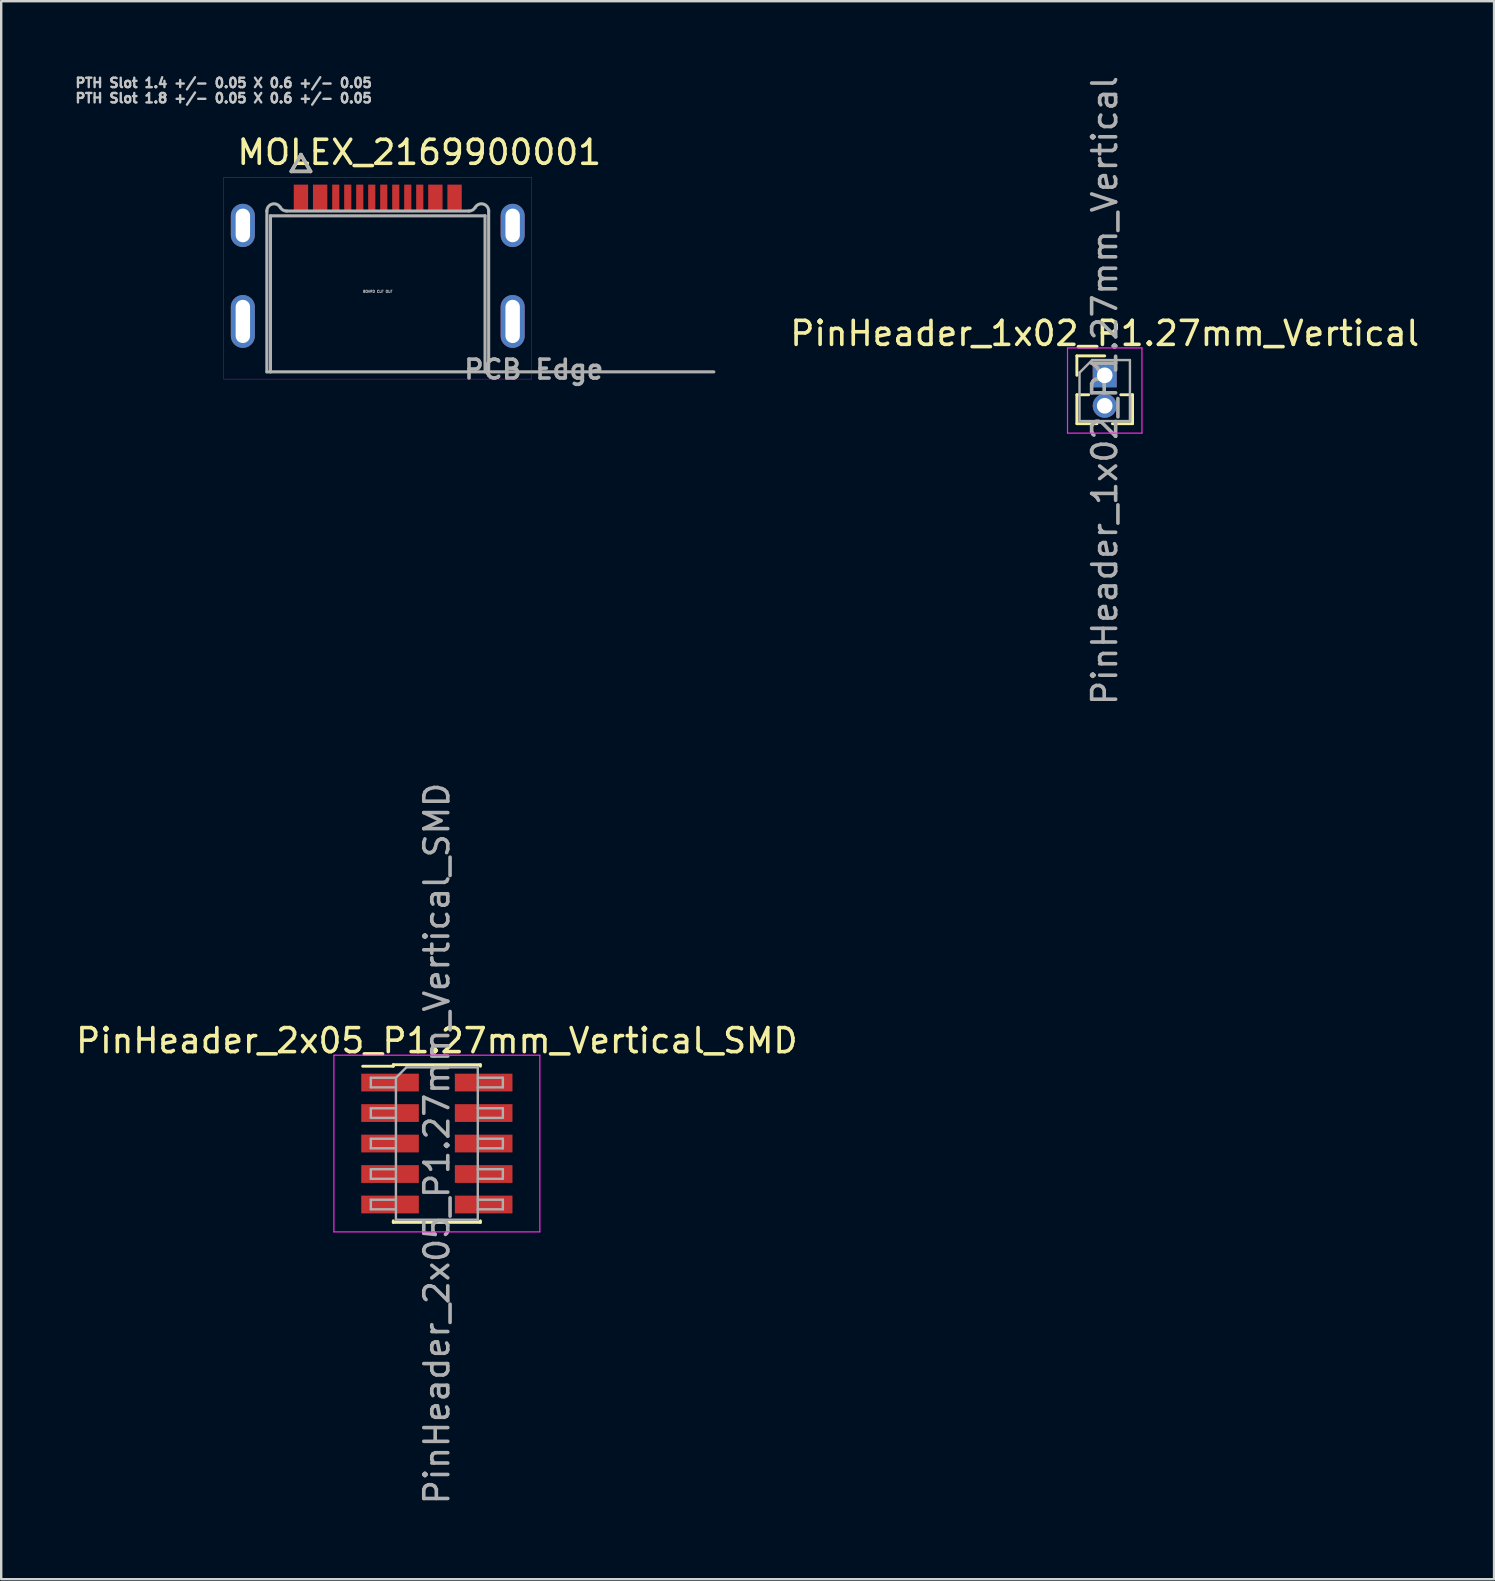
<source format=kicad_pcb>
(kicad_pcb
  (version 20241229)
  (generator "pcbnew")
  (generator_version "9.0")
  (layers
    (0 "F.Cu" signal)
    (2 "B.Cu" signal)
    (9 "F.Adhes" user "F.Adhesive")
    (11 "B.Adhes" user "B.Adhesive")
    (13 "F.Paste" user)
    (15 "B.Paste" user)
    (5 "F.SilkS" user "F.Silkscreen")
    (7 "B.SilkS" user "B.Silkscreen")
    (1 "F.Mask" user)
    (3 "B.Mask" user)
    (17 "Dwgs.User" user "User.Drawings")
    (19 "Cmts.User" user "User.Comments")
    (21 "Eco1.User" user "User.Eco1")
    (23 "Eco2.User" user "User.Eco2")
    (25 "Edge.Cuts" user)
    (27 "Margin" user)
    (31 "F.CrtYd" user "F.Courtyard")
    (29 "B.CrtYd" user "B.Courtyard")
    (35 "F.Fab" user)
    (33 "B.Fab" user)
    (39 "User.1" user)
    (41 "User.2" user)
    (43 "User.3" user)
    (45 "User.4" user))
  (footprint "MOLEX_2169900001"
    (layer "F.Cu")
    (at 12.687 12.441)
    (property "Reference" "MOLEX_2169900001" (at 1.73 -9.145 180) (layer "F.SilkS") (effects (font (size 1 1) (thickness 0.15))))
    (attr smd)
    (fp_poly (pts (xy -3.562 -7.864) (xy -2.837 -7.864) (xy -2.837 -6.636) (xy -3.562 -6.636)) (stroke (width 0.01) (type solid)) (fill yes) (layer "F.Mask"))
    (fp_poly (pts (xy -2.763 -7.864) (xy -2.037 -7.864) (xy -2.038 -6.637) (xy -2.763 -6.636)) (stroke (width 0.01) (type solid)) (fill yes) (layer "F.Mask"))
    (fp_poly (pts (xy -1.963 -7.863) (xy -1.538 -7.864) (xy -1.538 -6.637) (xy -1.963 -6.636)) (stroke (width 0.01) (type solid)) (fill yes) (layer "F.Mask"))
    (fp_poly (pts (xy -1.462 -7.864) (xy -1.037 -7.864) (xy -1.038 -6.637) (xy -1.462 -6.636)) (stroke (width 0.01) (type solid)) (fill yes) (layer "F.Mask"))
    (fp_poly (pts (xy -0.963 -7.863) (xy -0.538 -7.863) (xy -0.537 -6.637) (xy -0.963 -6.636)) (stroke (width 0.01) (type solid)) (fill yes) (layer "F.Mask"))
    (fp_poly (pts (xy -0.463 -7.864) (xy -0.037 -7.864) (xy -0.038 -6.637) (xy -0.462 -6.636)) (stroke (width 0.01) (type solid)) (fill yes) (layer "F.Mask"))
    (fp_poly (pts (xy 0.037 -7.863) (xy 0.463 -7.863) (xy 0.463 -6.636) (xy 0.037 -6.636)) (stroke (width 0.01) (type solid)) (fill yes) (layer "F.Mask"))
    (fp_poly (pts (xy 0.537 -7.864) (xy 0.963 -7.864) (xy 0.963 -6.637) (xy 0.538 -6.637)) (stroke (width 0.01) (type solid)) (fill yes) (layer "F.Mask"))
    (fp_poly (pts (xy 1.037 -7.864) (xy 1.462 -7.864) (xy 1.462 -6.636) (xy 1.038 -6.637)) (stroke (width 0.01) (type solid)) (fill yes) (layer "F.Mask"))
    (fp_poly (pts (xy 1.538 -7.863) (xy 1.963 -7.864) (xy 1.963 -6.636) (xy 1.538 -6.636)) (stroke (width 0.01) (type solid)) (fill yes) (layer "F.Mask"))
    (fp_poly (pts (xy 2.037 -7.864) (xy 2.762 -7.864) (xy 2.763 -6.636) (xy 2.038 -6.637)) (stroke (width 0.01) (type solid)) (fill yes) (layer "F.Mask"))
    (fp_poly (pts (xy 2.837 -7.864) (xy 3.562 -7.864) (xy 3.562 -6.636) (xy 2.837 -6.636)) (stroke (width 0.01) (type solid)) (fill yes) (layer "F.Mask"))
    (fp_line (start -3.6 -8.35) (end -2.8 -8.35) (stroke (width 0.15) (type solid)) (layer "F.SilkS"))
    (fp_line (start -3.2 -9.05) (end -3.6 -8.35) (stroke (width 0.15) (type solid)) (layer "F.SilkS"))
    (fp_line (start -2.8 -8.35) (end -3.2 -9.05) (stroke (width 0.15) (type solid)) (layer "F.SilkS"))
    (fp_line (start -4.62 0) (end -4.62 -6.7) (stroke (width 0.01) (type solid)) (layer "Edge.Cuts"))
    (fp_line (start -3.8 -6.7) (end 3.8 -6.7) (stroke (width 0.01) (type solid)) (layer "Edge.Cuts"))
    (fp_line (start 4.62 0) (end -4.62 0) (stroke (width 0.01) (type solid)) (layer "Edge.Cuts"))
    (fp_line (start 4.62 -6.7) (end 4.62 0) (stroke (width 0.01) (type solid)) (layer "Edge.Cuts"))
    (fp_arc (start -4.62 -6.700004) (mid -4.397644 -6.989779) (end -4.06019 -6.850002) (stroke (width 0.01) (type solid)) (layer "Edge.Cuts"))
    (fp_arc (start -3.80038 -6.699997) (mid -3.950382 -6.740188) (end -4.06019 -6.849997) (stroke (width 0.01) (type solid)) (layer "Edge.Cuts"))
    (fp_arc (start 4.06019 -6.85) (mid 3.950383 -6.740193) (end 3.800383 -6.700002) (stroke (width 0.01) (type solid)) (layer "Edge.Cuts"))
    (fp_arc (start 4.060191 -6.850003) (mid 4.397647 -6.989779) (end 4.620002 -6.699998) (stroke (width 0.01) (type solid)) (layer "Edge.Cuts"))
    (fp_line (start -6.42 -8.1) (end -6.42 0.3) (stroke (width 0.01) (type solid)) (layer "F.CrtYd"))
    (fp_line (start -6.42 0.3) (end 6.42 0.3) (stroke (width 0.01) (type solid)) (layer "F.CrtYd"))
    (fp_line (start 6.42 -8.1) (end -6.42 -8.1) (stroke (width 0.01) (type solid)) (layer "F.CrtYd"))
    (fp_line (start 6.42 0.3) (end 6.42 -8.1) (stroke (width 0.01) (type solid)) (layer "F.CrtYd"))
    (fp_line (start -4.62 0) (end -4.62 -6.7) (stroke (width 0.13) (type solid)) (layer "F.Fab"))
    (fp_line (start -4.62 0) (end -4.47 0) (stroke (width 0.13) (type solid)) (layer "F.Fab"))
    (fp_line (start -4.47 0) (end -4.47 -6.5) (stroke (width 0.13) (type solid)) (layer "F.Fab"))
    (fp_line (start -4.47 0) (end 4.47 0) (stroke (width 0.13) (type solid)) (layer "F.Fab"))
    (fp_line (start -4.47 -6.5) (end 4.47 -6.5) (stroke (width 0.13) (type solid)) (layer "F.Fab"))
    (fp_line (start -3.8 -6.7) (end 3.8 -6.7) (stroke (width 0.13) (type solid)) (layer "F.Fab"))
    (fp_line (start -3.6 -8.35) (end -2.8 -8.35) (stroke (width 0.13) (type solid)) (layer "F.Fab"))
    (fp_line (start -3.2 -9.05) (end -3.6 -8.35) (stroke (width 0.13) (type solid)) (layer "F.Fab"))
    (fp_line (start -2.8 -8.35) (end -3.2 -9.05) (stroke (width 0.13) (type solid)) (layer "F.Fab"))
    (fp_line (start 4.47 -6.5) (end 4.47 0) (stroke (width 0.13) (type solid)) (layer "F.Fab"))
    (fp_line (start 4.47 0) (end 4.62 0) (stroke (width 0.13) (type solid)) (layer "F.Fab"))
    (fp_line (start 4.62 0) (end 14 0) (stroke (width 0.13) (type solid)) (layer "F.Fab"))
    (fp_line (start 4.62 -6.7) (end 4.62 0) (stroke (width 0.13) (type solid)) (layer "F.Fab"))
    (fp_arc (start -4.62 -6.700004) (mid -4.397644 -6.989779) (end -4.06019 -6.850002) (stroke (width 0.13) (type solid)) (layer "F.Fab"))
    (fp_arc (start -3.80038 -6.699997) (mid -3.950382 -6.740188) (end -4.06019 -6.849997) (stroke (width 0.13) (type solid)) (layer "F.Fab"))
    (fp_arc (start 4.06019 -6.85) (mid 3.950383 -6.740193) (end 3.800383 -6.700002) (stroke (width 0.13) (type solid)) (layer "F.Fab"))
    (fp_arc (start 4.060191 -6.850003) (mid 4.397647 -6.989779) (end 4.620002 -6.699998) (stroke (width 0.13) (type solid)) (layer "F.Fab"))
    (fp_text user "PTH Slot 1.4 +/- 0.05 X 0.6 +/- 0.05" (at -6.42 -12.038 180) (layer "Dwgs.User") (effects (font (size 0.394 0.394) (thickness 0.15))))
    (fp_text user "PTH Slot 1.8 +/- 0.05 X 0.6 +/- 0.05" (at -6.42 -11.402 180) (layer "Dwgs.User") (effects (font (size 0.394 0.394) (thickness 0.15))))
    (fp_text user "PCB Edge" (at 6.5 -0.1 180) (layer "F.Fab") (effects (font (size 0.787 0.787) (thickness 0.15))))
    (fp_text user "BOARD CUT OUT" (at 0.000002 -3.35 180) (layer "F.Fab") (effects (font (size 0.102 0.102) (thickness 0.15))))
    (pad "A1_B12" smd rect (at -3.2 -7.25) (size 0.598 1.1) (layers "F.Cu" "F.Paste"))
    (pad "A4_B9" smd rect (at -2.4 -7.25) (size 0.598 1.1) (layers "F.Cu" "F.Paste"))
    (pad "A5" smd rect (at -1.25 -7.25) (size 0.298 1.1) (layers "F.Cu" "F.Paste"))
    (pad "A6" smd rect (at -0.25 -7.25) (size 0.298 1.1) (layers "F.Cu" "F.Paste"))
    (pad "A7" smd rect (at 0.25 -7.25) (size 0.298 1.1) (layers "F.Cu" "F.Paste"))
    (pad "A8" smd rect (at 1.25 -7.25) (size 0.298 1.1) (layers "F.Cu" "F.Paste"))
    (pad "B1_A12" smd rect (at 3.2 -7.25) (size 0.598 1.1) (layers "F.Cu" "F.Paste"))
    (pad "B4_A9" smd rect (at 2.4 -7.25) (size 0.598 1.1) (layers "F.Cu" "F.Paste"))
    (pad "B5" smd rect (at 1.75 -7.25) (size 0.298 1.1) (layers "F.Cu" "F.Paste"))
    (pad "B6" smd rect (at 0.75 -7.25) (size 0.298 1.1) (layers "F.Cu" "F.Paste"))
    (pad "B7" smd rect (at -0.75 -7.25) (size 0.298 1.1) (layers "F.Cu" "F.Paste"))
    (pad "B8" smd rect (at -1.75 -7.25) (size 0.298 1.1) (layers "F.Cu" "F.Paste"))
    (pad "SH1" thru_hole oval (at -5.62 -2.1) (size 1 2.2) (drill oval 0.6 1.8) (layers "*.Cu" "*.Mask"))
    (pad "SH2" thru_hole oval (at 5.62 -2.1) (size 1 2.2) (drill oval 0.6 1.8) (layers "*.Cu" "*.Mask"))
    (pad "SH3" thru_hole oval (at -5.62 -6.1) (size 1 1.8) (drill oval 0.6 1.4) (layers "*.Cu" "*.Mask"))
    (pad "SH4" thru_hole oval (at 5.62 -6.1) (size 1 1.8) (drill oval 0.6 1.4) (layers "*.Cu" "*.Mask")))
  (footprint "PinHeader_1x02_P1.27mm_Vertical"
    (layer "F.Cu")
    (at 42.972 12.585)
    (property "Reference" "PinHeader_1x02_P1.27mm_Vertical" (at 0 -1.745 180) (layer "F.SilkS") (effects (font (size 1 1) (thickness 0.15))))
    (attr through_hole)
    (fp_line (start -1.16 2.015) (end -0.318 2.015) (stroke (width 0.12) (type solid)) (layer "F.SilkS"))
    (fp_line (start -1.16 0.81) (end -1.16 2.015) (stroke (width 0.12) (type solid)) (layer "F.SilkS"))
    (fp_line (start -1.16 0.81) (end -0.667 0.81) (stroke (width 0.12) (type solid)) (layer "F.SilkS"))
    (fp_line (start -1.16 0) (end -1.16 -0.81) (stroke (width 0.12) (type solid)) (layer "F.SilkS"))
    (fp_line (start -1.16 -0.81) (end 0 -0.81) (stroke (width 0.12) (type solid)) (layer "F.SilkS"))
    (fp_line (start 0.318 2.015) (end 1.16 2.015) (stroke (width 0.12) (type solid)) (layer "F.SilkS"))
    (fp_line (start 0.667 0.81) (end 1.16 0.81) (stroke (width 0.12) (type solid)) (layer "F.SilkS"))
    (fp_line (start 1.16 0.81) (end 1.16 2.015) (stroke (width 0.12) (type solid)) (layer "F.SilkS"))
    (fp_line (start -1.55 2.41) (end 1.55 2.41) (stroke (width 0.05) (type solid)) (layer "F.CrtYd"))
    (fp_line (start -1.55 -1.14) (end -1.55 2.41) (stroke (width 0.05) (type solid)) (layer "F.CrtYd"))
    (fp_line (start 1.55 -1.14) (end -1.55 -1.14) (stroke (width 0.05) (type solid)) (layer "F.CrtYd"))
    (fp_line (start 1.55 2.41) (end 1.55 -1.14) (stroke (width 0.05) (type solid)) (layer "F.CrtYd"))
    (fp_line (start -1.05 1.905) (end -1.05 -0.11) (stroke (width 0.1) (type solid)) (layer "F.Fab"))
    (fp_line (start -1.05 -0.11) (end -0.525 -0.635) (stroke (width 0.1) (type solid)) (layer "F.Fab"))
    (fp_line (start -0.525 -0.635) (end 1.05 -0.635) (stroke (width 0.1) (type solid)) (layer "F.Fab"))
    (fp_line (start 1.05 1.905) (end -1.05 1.905) (stroke (width 0.1) (type solid)) (layer "F.Fab"))
    (fp_line (start 1.05 -0.635) (end 1.05 1.905) (stroke (width 0.1) (type solid)) (layer "F.Fab"))
    (fp_text user "${REFERENCE}" (at 0 0.635 90) (layer "F.Fab") (effects (font (size 1 1) (thickness 0.15))))
    (pad "1" thru_hole rect (at 0 0) (size 1 1) (drill 0.65) (layers "*.Cu" "*.Mask"))
    (pad "2" thru_hole circle (at 0 1.27) (size 1 1) (drill 0.65) (layers "*.Cu" "*.Mask")))
  (footprint "PinHeader_2x05_P1.27mm_Vertical_SMD"
    (layer "F.Cu")
    (at 15.149 44.589)
    (property "Reference" "PinHeader_2x05_P1.27mm_Vertical_SMD" (at 0 -4.285 0) (layer "F.SilkS") (effects (font (size 1 1) (thickness 0.15))))
    (attr smd)
    (fp_line (start -3.09 -3.22) (end -1.815 -3.22) (stroke (width 0.12) (type solid)) (layer "F.SilkS"))
    (fp_line (start -1.815 -3.285) (end -1.815 -3.22) (stroke (width 0.12) (type solid)) (layer "F.SilkS"))
    (fp_line (start -1.815 -3.285) (end 1.815 -3.285) (stroke (width 0.12) (type solid)) (layer "F.SilkS"))
    (fp_line (start -1.815 3.22) (end -1.815 3.285) (stroke (width 0.12) (type solid)) (layer "F.SilkS"))
    (fp_line (start -1.815 3.285) (end 1.815 3.285) (stroke (width 0.12) (type solid)) (layer "F.SilkS"))
    (fp_line (start 1.815 -3.285) (end 1.815 -3.22) (stroke (width 0.12) (type solid)) (layer "F.SilkS"))
    (fp_line (start 1.815 3.22) (end 1.815 3.285) (stroke (width 0.12) (type solid)) (layer "F.SilkS"))
    (fp_line (start -4.29 -3.68) (end -4.29 3.68) (stroke (width 0.05) (type solid)) (layer "F.CrtYd"))
    (fp_line (start -4.29 3.68) (end 4.29 3.68) (stroke (width 0.05) (type solid)) (layer "F.CrtYd"))
    (fp_line (start 4.29 -3.68) (end -4.29 -3.68) (stroke (width 0.05) (type solid)) (layer "F.CrtYd"))
    (fp_line (start 4.29 3.68) (end 4.29 -3.68) (stroke (width 0.05) (type solid)) (layer "F.CrtYd"))
    (fp_line (start -2.75 -2.74) (end -2.75 -2.34) (stroke (width 0.1) (type solid)) (layer "F.Fab"))
    (fp_line (start -2.75 -1.07) (end -1.705 -1.07) (stroke (width 0.1) (type solid)) (layer "F.Fab"))
    (fp_line (start -2.75 2.34) (end -2.75 2.74) (stroke (width 0.1) (type solid)) (layer "F.Fab"))
    (fp_line (start -2.75 2.74) (end -1.705 2.74) (stroke (width 0.1) (type solid)) (layer "F.Fab"))
    (fp_line (start -2.75 -2.34) (end -1.705 -2.34) (stroke (width 0.1) (type solid)) (layer "F.Fab"))
    (fp_line (start -2.75 -0.2) (end -2.75 0.2) (stroke (width 0.1) (type solid)) (layer "F.Fab"))
    (fp_line (start -2.75 0.2) (end -1.705 0.2) (stroke (width 0.1) (type solid)) (layer "F.Fab"))
    (fp_line (start -2.75 -1.47) (end -2.75 -1.07) (stroke (width 0.1) (type solid)) (layer "F.Fab"))
    (fp_line (start -2.75 1.07) (end -2.75 1.47) (stroke (width 0.1) (type solid)) (layer "F.Fab"))
    (fp_line (start -2.75 1.47) (end -1.705 1.47) (stroke (width 0.1) (type solid)) (layer "F.Fab"))
    (fp_line (start -1.705 -1.47) (end -2.75 -1.47) (stroke (width 0.1) (type solid)) (layer "F.Fab"))
    (fp_line (start -1.705 -0.2) (end -2.75 -0.2) (stroke (width 0.1) (type solid)) (layer "F.Fab"))
    (fp_line (start -1.705 1.07) (end -2.75 1.07) (stroke (width 0.1) (type solid)) (layer "F.Fab"))
    (fp_line (start -1.705 2.34) (end -2.75 2.34) (stroke (width 0.1) (type solid)) (layer "F.Fab"))
    (fp_line (start -1.705 3.175) (end -1.705 -2.74) (stroke (width 0.1) (type solid)) (layer "F.Fab"))
    (fp_line (start -1.705 -2.74) (end -2.75 -2.74) (stroke (width 0.1) (type solid)) (layer "F.Fab"))
    (fp_line (start -1.705 -2.74) (end -1.27 -3.175) (stroke (width 0.1) (type solid)) (layer "F.Fab"))
    (fp_line (start -1.27 -3.175) (end 1.705 -3.175) (stroke (width 0.1) (type solid)) (layer "F.Fab"))
    (fp_line (start 1.705 -0.2) (end 2.75 -0.2) (stroke (width 0.1) (type solid)) (layer "F.Fab"))
    (fp_line (start 1.705 -3.175) (end 1.705 3.175) (stroke (width 0.1) (type solid)) (layer "F.Fab"))
    (fp_line (start 1.705 1.07) (end 2.75 1.07) (stroke (width 0.1) (type solid)) (layer "F.Fab"))
    (fp_line (start 1.705 2.34) (end 2.75 2.34) (stroke (width 0.1) (type solid)) (layer "F.Fab"))
    (fp_line (start 1.705 3.175) (end -1.705 3.175) (stroke (width 0.1) (type solid)) (layer "F.Fab"))
    (fp_line (start 1.705 -2.74) (end 2.75 -2.74) (stroke (width 0.1) (type solid)) (layer "F.Fab"))
    (fp_line (start 1.705 -1.47) (end 2.75 -1.47) (stroke (width 0.1) (type solid)) (layer "F.Fab"))
    (fp_line (start 2.75 -1.47) (end 2.75 -1.07) (stroke (width 0.1) (type solid)) (layer "F.Fab"))
    (fp_line (start 2.75 -1.07) (end 1.705 -1.07) (stroke (width 0.1) (type solid)) (layer "F.Fab"))
    (fp_line (start 2.75 1.47) (end 1.705 1.47) (stroke (width 0.1) (type solid)) (layer "F.Fab"))
    (fp_line (start 2.75 -0.2) (end 2.75 0.2) (stroke (width 0.1) (type solid)) (layer "F.Fab"))
    (fp_line (start 2.75 0.2) (end 1.705 0.2) (stroke (width 0.1) (type solid)) (layer "F.Fab"))
    (fp_line (start 2.75 2.34) (end 2.75 2.74) (stroke (width 0.1) (type solid)) (layer "F.Fab"))
    (fp_line (start 2.75 -2.74) (end 2.75 -2.34) (stroke (width 0.1) (type solid)) (layer "F.Fab"))
    (fp_line (start 2.75 -2.34) (end 1.705 -2.34) (stroke (width 0.1) (type solid)) (layer "F.Fab"))
    (fp_line (start 2.75 1.07) (end 2.75 1.47) (stroke (width 0.1) (type solid)) (layer "F.Fab"))
    (fp_line (start 2.75 2.74) (end 1.705 2.74) (stroke (width 0.1) (type solid)) (layer "F.Fab"))
    (fp_text user "${REFERENCE}" (at 0 0 90) (layer "F.Fab") (effects (font (size 1 1) (thickness 0.15))))
    (pad "1" smd rect (at -1.95 -2.54) (size 2.4 0.74) (layers "F.Cu" "F.Mask" "F.Paste"))
    (pad "2" smd rect (at 1.95 -2.54) (size 2.4 0.74) (layers "F.Cu" "F.Mask" "F.Paste"))
    (pad "3" smd rect (at -1.95 -1.27) (size 2.4 0.74) (layers "F.Cu" "F.Mask" "F.Paste"))
    (pad "4" smd rect (at 1.95 -1.27) (size 2.4 0.74) (layers "F.Cu" "F.Mask" "F.Paste"))
    (pad "5" smd rect (at -1.95 0) (size 2.4 0.74) (layers "F.Cu" "F.Mask" "F.Paste"))
    (pad "6" smd rect (at 1.95 0) (size 2.4 0.74) (layers "F.Cu" "F.Mask" "F.Paste"))
    (pad "7" smd rect (at -1.95 1.27) (size 2.4 0.74) (layers "F.Cu" "F.Mask" "F.Paste"))
    (pad "8" smd rect (at 1.95 1.27) (size 2.4 0.74) (layers "F.Cu" "F.Mask" "F.Paste"))
    (pad "9" smd rect (at -1.95 2.54) (size 2.4 0.74) (layers "F.Cu" "F.Mask" "F.Paste"))
    (pad "10" smd rect (at 1.95 2.54) (size 2.4 0.74) (layers "F.Cu" "F.Mask" "F.Paste")))
  (gr_rect
    (start -3 -3)
    (end 59.192 62.738)
    (stroke (width 0.1) (type default))
    (fill no)
    (layer "Edge.Cuts")))
</source>
